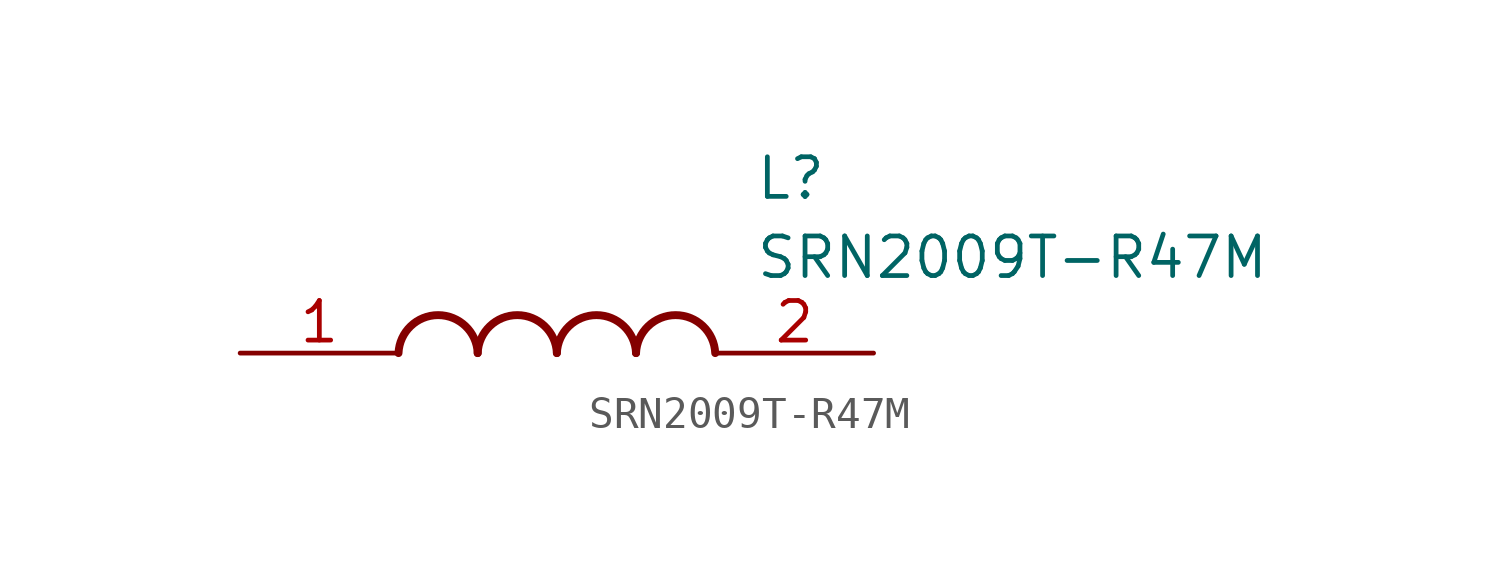
<source format=kicad_sym>
(kicad_symbol_lib
  (version 20211014)
  (generator SamacSys_ECAD_Model)
  (symbol "SRN2009T-R47M"
    (pin_names hide)
    (property "Reference" "L"
      (at 16.51 6.35 0)
      (effects (font (size 1.27 1.27)) (justify left top)))
    (property "Value" "SRN2009T-R47M"
      (at 16.51 3.81 0)
      (effects (font (size 1.27 1.27)) (justify left top)))
    (arc
      (start 7.62 0)
      (mid 6.35 1.219)
      (end 5.08 0)
      (stroke (width 0.254) (type default))
      (fill (type none)))
    (arc
      (start 10.16 0)
      (mid 8.89 1.219)
      (end 7.62 0)
      (stroke (width 0.254) (type default))
      (fill (type none)))
    (arc
      (start 12.7 0)
      (mid 11.43 1.219)
      (end 10.16 0)
      (stroke (width 0.254) (type default))
      (fill (type none)))
    (arc
      (start 15.24 0)
      (mid 13.97 1.219)
      (end 12.7 0)
      (stroke (width 0.254) (type default))
      (fill (type none)))
    (pin passive line
      (at 0 0 0)
      (length 5.08)
      (name "1" (effects (font (size 1.27 1.27))))
      (number "1" (effects (font (size 1.27 1.27)))))
    (pin passive line
      (at 20.32 0 180)
      (length 5.08)
      (name "2" (effects (font (size 1.27 1.27))))
      (number "2" (effects (font (size 1.27 1.27)))))))
</source>
